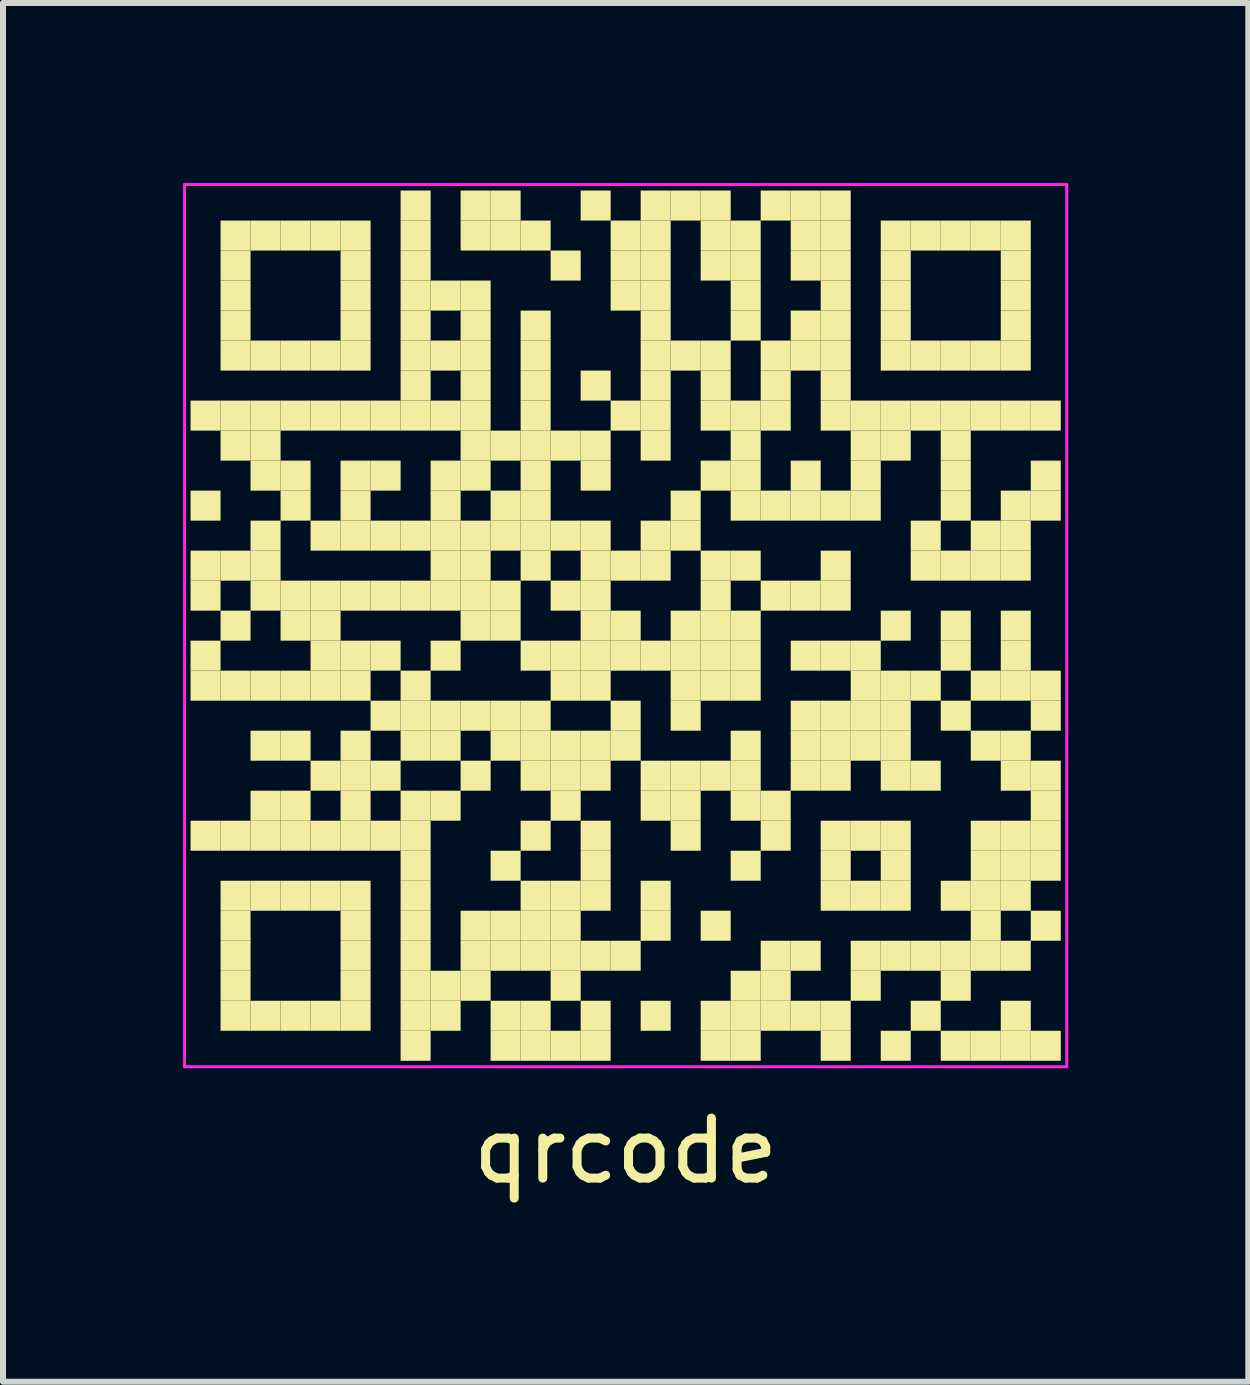
<source format=kicad_pcb>
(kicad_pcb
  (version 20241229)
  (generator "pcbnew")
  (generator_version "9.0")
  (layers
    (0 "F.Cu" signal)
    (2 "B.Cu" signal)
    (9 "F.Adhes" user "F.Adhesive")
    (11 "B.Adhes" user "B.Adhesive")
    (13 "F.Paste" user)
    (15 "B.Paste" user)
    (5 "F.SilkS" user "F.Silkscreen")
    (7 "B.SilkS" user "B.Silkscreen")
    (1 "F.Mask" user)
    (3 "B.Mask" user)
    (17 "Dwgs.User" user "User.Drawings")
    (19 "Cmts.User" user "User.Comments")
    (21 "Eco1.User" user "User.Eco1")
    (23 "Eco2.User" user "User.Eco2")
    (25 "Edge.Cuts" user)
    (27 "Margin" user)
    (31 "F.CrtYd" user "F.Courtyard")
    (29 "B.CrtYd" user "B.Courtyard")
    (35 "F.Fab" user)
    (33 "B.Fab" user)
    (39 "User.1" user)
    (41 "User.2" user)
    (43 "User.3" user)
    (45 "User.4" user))
  (footprint "qrcode"
    (layer "F.Cu")
    (at 7.375 7.375)
    (property "Reference" "qrcode" (at 0 8.75 0) (layer "F.SilkS") (effects (font (size 1 1) (thickness 0.15))))
    (fp_rect (start -7.25 -3.75) (end -6.75 -3.25) (stroke (width 0) (type default)) (fill yes) (layer "F.SilkS"))
    (fp_rect (start -7.25 -2.25) (end -6.75 -1.75) (stroke (width 0) (type default)) (fill yes) (layer "F.SilkS"))
    (fp_rect (start -7.25 -1.25) (end -6.75 -0.75) (stroke (width 0) (type default)) (fill yes) (layer "F.SilkS"))
    (fp_rect (start -7.25 -0.75) (end -6.75 -0.25) (stroke (width 0) (type default)) (fill yes) (layer "F.SilkS"))
    (fp_rect (start -7.25 0.25) (end -6.75 0.75) (stroke (width 0) (type default)) (fill yes) (layer "F.SilkS"))
    (fp_rect (start -7.25 0.75) (end -6.75 1.25) (stroke (width 0) (type default)) (fill yes) (layer "F.SilkS"))
    (fp_rect (start -7.25 3.25) (end -6.75 3.75) (stroke (width 0) (type default)) (fill yes) (layer "F.SilkS"))
    (fp_rect (start -6.75 -6.75) (end -6.25 -6.25) (stroke (width 0) (type default)) (fill yes) (layer "F.SilkS"))
    (fp_rect (start -6.75 -6.25) (end -6.25 -5.75) (stroke (width 0) (type default)) (fill yes) (layer "F.SilkS"))
    (fp_rect (start -6.75 -5.75) (end -6.25 -5.25) (stroke (width 0) (type default)) (fill yes) (layer "F.SilkS"))
    (fp_rect (start -6.75 -5.25) (end -6.25 -4.75) (stroke (width 0) (type default)) (fill yes) (layer "F.SilkS"))
    (fp_rect (start -6.75 -4.75) (end -6.25 -4.25) (stroke (width 0) (type default)) (fill yes) (layer "F.SilkS"))
    (fp_rect (start -6.75 -3.75) (end -6.25 -3.25) (stroke (width 0) (type default)) (fill yes) (layer "F.SilkS"))
    (fp_rect (start -6.75 -3.25) (end -6.25 -2.75) (stroke (width 0) (type default)) (fill yes) (layer "F.SilkS"))
    (fp_rect (start -6.75 -1.25) (end -6.25 -0.75) (stroke (width 0) (type default)) (fill yes) (layer "F.SilkS"))
    (fp_rect (start -6.75 -0.25) (end -6.25 0.25) (stroke (width 0) (type default)) (fill yes) (layer "F.SilkS"))
    (fp_rect (start -6.75 0.75) (end -6.25 1.25) (stroke (width 0) (type default)) (fill yes) (layer "F.SilkS"))
    (fp_rect (start -6.75 3.25) (end -6.25 3.75) (stroke (width 0) (type default)) (fill yes) (layer "F.SilkS"))
    (fp_rect (start -6.75 4.25) (end -6.25 4.75) (stroke (width 0) (type default)) (fill yes) (layer "F.SilkS"))
    (fp_rect (start -6.75 4.75) (end -6.25 5.25) (stroke (width 0) (type default)) (fill yes) (layer "F.SilkS"))
    (fp_rect (start -6.75 5.25) (end -6.25 5.75) (stroke (width 0) (type default)) (fill yes) (layer "F.SilkS"))
    (fp_rect (start -6.75 5.75) (end -6.25 6.25) (stroke (width 0) (type default)) (fill yes) (layer "F.SilkS"))
    (fp_rect (start -6.75 6.25) (end -6.25 6.75) (stroke (width 0) (type default)) (fill yes) (layer "F.SilkS"))
    (fp_rect (start -6.25 -6.75) (end -5.75 -6.25) (stroke (width 0) (type default)) (fill yes) (layer "F.SilkS"))
    (fp_rect (start -6.25 -4.75) (end -5.75 -4.25) (stroke (width 0) (type default)) (fill yes) (layer "F.SilkS"))
    (fp_rect (start -6.25 -3.75) (end -5.75 -3.25) (stroke (width 0) (type default)) (fill yes) (layer "F.SilkS"))
    (fp_rect (start -6.25 -3.25) (end -5.75 -2.75) (stroke (width 0) (type default)) (fill yes) (layer "F.SilkS"))
    (fp_rect (start -6.25 -2.75) (end -5.75 -2.25) (stroke (width 0) (type default)) (fill yes) (layer "F.SilkS"))
    (fp_rect (start -6.25 -1.75) (end -5.75 -1.25) (stroke (width 0) (type default)) (fill yes) (layer "F.SilkS"))
    (fp_rect (start -6.25 -1.25) (end -5.75 -0.75) (stroke (width 0) (type default)) (fill yes) (layer "F.SilkS"))
    (fp_rect (start -6.25 -0.75) (end -5.75 -0.25) (stroke (width 0) (type default)) (fill yes) (layer "F.SilkS"))
    (fp_rect (start -6.25 0.75) (end -5.75 1.25) (stroke (width 0) (type default)) (fill yes) (layer "F.SilkS"))
    (fp_rect (start -6.25 1.75) (end -5.75 2.25) (stroke (width 0) (type default)) (fill yes) (layer "F.SilkS"))
    (fp_rect (start -6.25 2.75) (end -5.75 3.25) (stroke (width 0) (type default)) (fill yes) (layer "F.SilkS"))
    (fp_rect (start -6.25 3.25) (end -5.75 3.75) (stroke (width 0) (type default)) (fill yes) (layer "F.SilkS"))
    (fp_rect (start -6.25 4.25) (end -5.75 4.75) (stroke (width 0) (type default)) (fill yes) (layer "F.SilkS"))
    (fp_rect (start -6.25 6.25) (end -5.75 6.75) (stroke (width 0) (type default)) (fill yes) (layer "F.SilkS"))
    (fp_rect (start -5.75 -6.75) (end -5.25 -6.25) (stroke (width 0) (type default)) (fill yes) (layer "F.SilkS"))
    (fp_rect (start -5.75 -4.75) (end -5.25 -4.25) (stroke (width 0) (type default)) (fill yes) (layer "F.SilkS"))
    (fp_rect (start -5.75 -3.75) (end -5.25 -3.25) (stroke (width 0) (type default)) (fill yes) (layer "F.SilkS"))
    (fp_rect (start -5.75 -2.75) (end -5.25 -2.25) (stroke (width 0) (type default)) (fill yes) (layer "F.SilkS"))
    (fp_rect (start -5.75 -2.25) (end -5.25 -1.75) (stroke (width 0) (type default)) (fill yes) (layer "F.SilkS"))
    (fp_rect (start -5.75 -0.75) (end -5.25 -0.25) (stroke (width 0) (type default)) (fill yes) (layer "F.SilkS"))
    (fp_rect (start -5.75 -0.25) (end -5.25 0.25) (stroke (width 0) (type default)) (fill yes) (layer "F.SilkS"))
    (fp_rect (start -5.75 0.75) (end -5.25 1.25) (stroke (width 0) (type default)) (fill yes) (layer "F.SilkS"))
    (fp_rect (start -5.75 1.75) (end -5.25 2.25) (stroke (width 0) (type default)) (fill yes) (layer "F.SilkS"))
    (fp_rect (start -5.75 2.75) (end -5.25 3.25) (stroke (width 0) (type default)) (fill yes) (layer "F.SilkS"))
    (fp_rect (start -5.75 3.25) (end -5.25 3.75) (stroke (width 0) (type default)) (fill yes) (layer "F.SilkS"))
    (fp_rect (start -5.75 4.25) (end -5.25 4.75) (stroke (width 0) (type default)) (fill yes) (layer "F.SilkS"))
    (fp_rect (start -5.75 6.25) (end -5.25 6.75) (stroke (width 0) (type default)) (fill yes) (layer "F.SilkS"))
    (fp_rect (start -5.25 -6.75) (end -4.75 -6.25) (stroke (width 0) (type default)) (fill yes) (layer "F.SilkS"))
    (fp_rect (start -5.25 -4.75) (end -4.75 -4.25) (stroke (width 0) (type default)) (fill yes) (layer "F.SilkS"))
    (fp_rect (start -5.25 -3.75) (end -4.75 -3.25) (stroke (width 0) (type default)) (fill yes) (layer "F.SilkS"))
    (fp_rect (start -5.25 -1.75) (end -4.75 -1.25) (stroke (width 0) (type default)) (fill yes) (layer "F.SilkS"))
    (fp_rect (start -5.25 -0.75) (end -4.75 -0.25) (stroke (width 0) (type default)) (fill yes) (layer "F.SilkS"))
    (fp_rect (start -5.25 -0.25) (end -4.75 0.25) (stroke (width 0) (type default)) (fill yes) (layer "F.SilkS"))
    (fp_rect (start -5.25 0.25) (end -4.75 0.75) (stroke (width 0) (type default)) (fill yes) (layer "F.SilkS"))
    (fp_rect (start -5.25 0.75) (end -4.75 1.25) (stroke (width 0) (type default)) (fill yes) (layer "F.SilkS"))
    (fp_rect (start -5.25 2.25) (end -4.75 2.75) (stroke (width 0) (type default)) (fill yes) (layer "F.SilkS"))
    (fp_rect (start -5.25 3.25) (end -4.75 3.75) (stroke (width 0) (type default)) (fill yes) (layer "F.SilkS"))
    (fp_rect (start -5.25 4.25) (end -4.75 4.75) (stroke (width 0) (type default)) (fill yes) (layer "F.SilkS"))
    (fp_rect (start -5.25 6.25) (end -4.75 6.75) (stroke (width 0) (type default)) (fill yes) (layer "F.SilkS"))
    (fp_rect (start -4.75 -6.75) (end -4.25 -6.25) (stroke (width 0) (type default)) (fill yes) (layer "F.SilkS"))
    (fp_rect (start -4.75 -6.25) (end -4.25 -5.75) (stroke (width 0) (type default)) (fill yes) (layer "F.SilkS"))
    (fp_rect (start -4.75 -5.75) (end -4.25 -5.25) (stroke (width 0) (type default)) (fill yes) (layer "F.SilkS"))
    (fp_rect (start -4.75 -5.25) (end -4.25 -4.75) (stroke (width 0) (type default)) (fill yes) (layer "F.SilkS"))
    (fp_rect (start -4.75 -4.75) (end -4.25 -4.25) (stroke (width 0) (type default)) (fill yes) (layer "F.SilkS"))
    (fp_rect (start -4.75 -3.75) (end -4.25 -3.25) (stroke (width 0) (type default)) (fill yes) (layer "F.SilkS"))
    (fp_rect (start -4.75 -2.75) (end -4.25 -2.25) (stroke (width 0) (type default)) (fill yes) (layer "F.SilkS"))
    (fp_rect (start -4.75 -2.25) (end -4.25 -1.75) (stroke (width 0) (type default)) (fill yes) (layer "F.SilkS"))
    (fp_rect (start -4.75 -1.75) (end -4.25 -1.25) (stroke (width 0) (type default)) (fill yes) (layer "F.SilkS"))
    (fp_rect (start -4.75 -0.75) (end -4.25 -0.25) (stroke (width 0) (type default)) (fill yes) (layer "F.SilkS"))
    (fp_rect (start -4.75 0.25) (end -4.25 0.75) (stroke (width 0) (type default)) (fill yes) (layer "F.SilkS"))
    (fp_rect (start -4.75 0.75) (end -4.25 1.25) (stroke (width 0) (type default)) (fill yes) (layer "F.SilkS"))
    (fp_rect (start -4.75 1.75) (end -4.25 2.25) (stroke (width 0) (type default)) (fill yes) (layer "F.SilkS"))
    (fp_rect (start -4.75 2.25) (end -4.25 2.75) (stroke (width 0) (type default)) (fill yes) (layer "F.SilkS"))
    (fp_rect (start -4.75 2.75) (end -4.25 3.25) (stroke (width 0) (type default)) (fill yes) (layer "F.SilkS"))
    (fp_rect (start -4.75 3.25) (end -4.25 3.75) (stroke (width 0) (type default)) (fill yes) (layer "F.SilkS"))
    (fp_rect (start -4.75 4.25) (end -4.25 4.75) (stroke (width 0) (type default)) (fill yes) (layer "F.SilkS"))
    (fp_rect (start -4.75 4.75) (end -4.25 5.25) (stroke (width 0) (type default)) (fill yes) (layer "F.SilkS"))
    (fp_rect (start -4.75 5.25) (end -4.25 5.75) (stroke (width 0) (type default)) (fill yes) (layer "F.SilkS"))
    (fp_rect (start -4.75 5.75) (end -4.25 6.25) (stroke (width 0) (type default)) (fill yes) (layer "F.SilkS"))
    (fp_rect (start -4.75 6.25) (end -4.25 6.75) (stroke (width 0) (type default)) (fill yes) (layer "F.SilkS"))
    (fp_rect (start -4.25 -3.75) (end -3.75 -3.25) (stroke (width 0) (type default)) (fill yes) (layer "F.SilkS"))
    (fp_rect (start -4.25 -2.75) (end -3.75 -2.25) (stroke (width 0) (type default)) (fill yes) (layer "F.SilkS"))
    (fp_rect (start -4.25 -1.75) (end -3.75 -1.25) (stroke (width 0) (type default)) (fill yes) (layer "F.SilkS"))
    (fp_rect (start -4.25 -0.75) (end -3.75 -0.25) (stroke (width 0) (type default)) (fill yes) (layer "F.SilkS"))
    (fp_rect (start -4.25 0.25) (end -3.75 0.75) (stroke (width 0) (type default)) (fill yes) (layer "F.SilkS"))
    (fp_rect (start -4.25 1.25) (end -3.75 1.75) (stroke (width 0) (type default)) (fill yes) (layer "F.SilkS"))
    (fp_rect (start -4.25 2.25) (end -3.75 2.75) (stroke (width 0) (type default)) (fill yes) (layer "F.SilkS"))
    (fp_rect (start -4.25 3.25) (end -3.75 3.75) (stroke (width 0) (type default)) (fill yes) (layer "F.SilkS"))
    (fp_rect (start -3.75 -7.25) (end -3.25 -6.75) (stroke (width 0) (type default)) (fill yes) (layer "F.SilkS"))
    (fp_rect (start -3.75 -6.75) (end -3.25 -6.25) (stroke (width 0) (type default)) (fill yes) (layer "F.SilkS"))
    (fp_rect (start -3.75 -6.25) (end -3.25 -5.75) (stroke (width 0) (type default)) (fill yes) (layer "F.SilkS"))
    (fp_rect (start -3.75 -5.75) (end -3.25 -5.25) (stroke (width 0) (type default)) (fill yes) (layer "F.SilkS"))
    (fp_rect (start -3.75 -5.25) (end -3.25 -4.75) (stroke (width 0) (type default)) (fill yes) (layer "F.SilkS"))
    (fp_rect (start -3.75 -4.75) (end -3.25 -4.25) (stroke (width 0) (type default)) (fill yes) (layer "F.SilkS"))
    (fp_rect (start -3.75 -4.25) (end -3.25 -3.75) (stroke (width 0) (type default)) (fill yes) (layer "F.SilkS"))
    (fp_rect (start -3.75 -3.75) (end -3.25 -3.25) (stroke (width 0) (type default)) (fill yes) (layer "F.SilkS"))
    (fp_rect (start -3.75 -1.75) (end -3.25 -1.25) (stroke (width 0) (type default)) (fill yes) (layer "F.SilkS"))
    (fp_rect (start -3.75 -0.75) (end -3.25 -0.25) (stroke (width 0) (type default)) (fill yes) (layer "F.SilkS"))
    (fp_rect (start -3.75 0.75) (end -3.25 1.25) (stroke (width 0) (type default)) (fill yes) (layer "F.SilkS"))
    (fp_rect (start -3.75 1.25) (end -3.25 1.75) (stroke (width 0) (type default)) (fill yes) (layer "F.SilkS"))
    (fp_rect (start -3.75 1.75) (end -3.25 2.25) (stroke (width 0) (type default)) (fill yes) (layer "F.SilkS"))
    (fp_rect (start -3.75 2.75) (end -3.25 3.25) (stroke (width 0) (type default)) (fill yes) (layer "F.SilkS"))
    (fp_rect (start -3.75 3.25) (end -3.25 3.75) (stroke (width 0) (type default)) (fill yes) (layer "F.SilkS"))
    (fp_rect (start -3.75 3.75) (end -3.25 4.25) (stroke (width 0) (type default)) (fill yes) (layer "F.SilkS"))
    (fp_rect (start -3.75 4.25) (end -3.25 4.75) (stroke (width 0) (type default)) (fill yes) (layer "F.SilkS"))
    (fp_rect (start -3.75 4.75) (end -3.25 5.25) (stroke (width 0) (type default)) (fill yes) (layer "F.SilkS"))
    (fp_rect (start -3.75 5.25) (end -3.25 5.75) (stroke (width 0) (type default)) (fill yes) (layer "F.SilkS"))
    (fp_rect (start -3.75 5.75) (end -3.25 6.25) (stroke (width 0) (type default)) (fill yes) (layer "F.SilkS"))
    (fp_rect (start -3.75 6.25) (end -3.25 6.75) (stroke (width 0) (type default)) (fill yes) (layer "F.SilkS"))
    (fp_rect (start -3.75 6.75) (end -3.25 7.25) (stroke (width 0) (type default)) (fill yes) (layer "F.SilkS"))
    (fp_rect (start -3.25 -5.75) (end -2.75 -5.25) (stroke (width 0) (type default)) (fill yes) (layer "F.SilkS"))
    (fp_rect (start -3.25 -4.75) (end -2.75 -4.25) (stroke (width 0) (type default)) (fill yes) (layer "F.SilkS"))
    (fp_rect (start -3.25 -3.75) (end -2.75 -3.25) (stroke (width 0) (type default)) (fill yes) (layer "F.SilkS"))
    (fp_rect (start -3.25 -2.75) (end -2.75 -2.25) (stroke (width 0) (type default)) (fill yes) (layer "F.SilkS"))
    (fp_rect (start -3.25 -2.25) (end -2.75 -1.75) (stroke (width 0) (type default)) (fill yes) (layer "F.SilkS"))
    (fp_rect (start -3.25 -1.75) (end -2.75 -1.25) (stroke (width 0) (type default)) (fill yes) (layer "F.SilkS"))
    (fp_rect (start -3.25 -1.25) (end -2.75 -0.75) (stroke (width 0) (type default)) (fill yes) (layer "F.SilkS"))
    (fp_rect (start -3.25 -0.75) (end -2.75 -0.25) (stroke (width 0) (type default)) (fill yes) (layer "F.SilkS"))
    (fp_rect (start -3.25 0.25) (end -2.75 0.75) (stroke (width 0) (type default)) (fill yes) (layer "F.SilkS"))
    (fp_rect (start -3.25 1.25) (end -2.75 1.75) (stroke (width 0) (type default)) (fill yes) (layer "F.SilkS"))
    (fp_rect (start -3.25 1.75) (end -2.75 2.25) (stroke (width 0) (type default)) (fill yes) (layer "F.SilkS"))
    (fp_rect (start -3.25 2.75) (end -2.75 3.25) (stroke (width 0) (type default)) (fill yes) (layer "F.SilkS"))
    (fp_rect (start -3.25 5.75) (end -2.75 6.25) (stroke (width 0) (type default)) (fill yes) (layer "F.SilkS"))
    (fp_rect (start -3.25 6.25) (end -2.75 6.75) (stroke (width 0) (type default)) (fill yes) (layer "F.SilkS"))
    (fp_rect (start -2.75 -7.25) (end -2.25 -6.75) (stroke (width 0) (type default)) (fill yes) (layer "F.SilkS"))
    (fp_rect (start -2.75 -6.75) (end -2.25 -6.25) (stroke (width 0) (type default)) (fill yes) (layer "F.SilkS"))
    (fp_rect (start -2.75 -5.75) (end -2.25 -5.25) (stroke (width 0) (type default)) (fill yes) (layer "F.SilkS"))
    (fp_rect (start -2.75 -5.25) (end -2.25 -4.75) (stroke (width 0) (type default)) (fill yes) (layer "F.SilkS"))
    (fp_rect (start -2.75 -4.75) (end -2.25 -4.25) (stroke (width 0) (type default)) (fill yes) (layer "F.SilkS"))
    (fp_rect (start -2.75 -4.25) (end -2.25 -3.75) (stroke (width 0) (type default)) (fill yes) (layer "F.SilkS"))
    (fp_rect (start -2.75 -3.75) (end -2.25 -3.25) (stroke (width 0) (type default)) (fill yes) (layer "F.SilkS"))
    (fp_rect (start -2.75 -3.25) (end -2.25 -2.75) (stroke (width 0) (type default)) (fill yes) (layer "F.SilkS"))
    (fp_rect (start -2.75 -2.75) (end -2.25 -2.25) (stroke (width 0) (type default)) (fill yes) (layer "F.SilkS"))
    (fp_rect (start -2.75 -1.75) (end -2.25 -1.25) (stroke (width 0) (type default)) (fill yes) (layer "F.SilkS"))
    (fp_rect (start -2.75 -1.25) (end -2.25 -0.75) (stroke (width 0) (type default)) (fill yes) (layer "F.SilkS"))
    (fp_rect (start -2.75 -0.75) (end -2.25 -0.25) (stroke (width 0) (type default)) (fill yes) (layer "F.SilkS"))
    (fp_rect (start -2.75 -0.25) (end -2.25 0.25) (stroke (width 0) (type default)) (fill yes) (layer "F.SilkS"))
    (fp_rect (start -2.75 1.25) (end -2.25 1.75) (stroke (width 0) (type default)) (fill yes) (layer "F.SilkS"))
    (fp_rect (start -2.75 2.25) (end -2.25 2.75) (stroke (width 0) (type default)) (fill yes) (layer "F.SilkS"))
    (fp_rect (start -2.75 4.75) (end -2.25 5.25) (stroke (width 0) (type default)) (fill yes) (layer "F.SilkS"))
    (fp_rect (start -2.75 5.25) (end -2.25 5.75) (stroke (width 0) (type default)) (fill yes) (layer "F.SilkS"))
    (fp_rect (start -2.75 5.75) (end -2.25 6.25) (stroke (width 0) (type default)) (fill yes) (layer "F.SilkS"))
    (fp_rect (start -2.25 -7.25) (end -1.75 -6.75) (stroke (width 0) (type default)) (fill yes) (layer "F.SilkS"))
    (fp_rect (start -2.25 -6.75) (end -1.75 -6.25) (stroke (width 0) (type default)) (fill yes) (layer "F.SilkS"))
    (fp_rect (start -2.25 -3.25) (end -1.75 -2.75) (stroke (width 0) (type default)) (fill yes) (layer "F.SilkS"))
    (fp_rect (start -2.25 -2.25) (end -1.75 -1.75) (stroke (width 0) (type default)) (fill yes) (layer "F.SilkS"))
    (fp_rect (start -2.25 -1.75) (end -1.75 -1.25) (stroke (width 0) (type default)) (fill yes) (layer "F.SilkS"))
    (fp_rect (start -2.25 -0.75) (end -1.75 -0.25) (stroke (width 0) (type default)) (fill yes) (layer "F.SilkS"))
    (fp_rect (start -2.25 -0.25) (end -1.75 0.25) (stroke (width 0) (type default)) (fill yes) (layer "F.SilkS"))
    (fp_rect (start -2.25 1.25) (end -1.75 1.75) (stroke (width 0) (type default)) (fill yes) (layer "F.SilkS"))
    (fp_rect (start -2.25 1.75) (end -1.75 2.25) (stroke (width 0) (type default)) (fill yes) (layer "F.SilkS"))
    (fp_rect (start -2.25 3.75) (end -1.75 4.25) (stroke (width 0) (type default)) (fill yes) (layer "F.SilkS"))
    (fp_rect (start -2.25 4.75) (end -1.75 5.25) (stroke (width 0) (type default)) (fill yes) (layer "F.SilkS"))
    (fp_rect (start -2.25 5.25) (end -1.75 5.75) (stroke (width 0) (type default)) (fill yes) (layer "F.SilkS"))
    (fp_rect (start -2.25 6.25) (end -1.75 6.75) (stroke (width 0) (type default)) (fill yes) (layer "F.SilkS"))
    (fp_rect (start -2.25 6.75) (end -1.75 7.25) (stroke (width 0) (type default)) (fill yes) (layer "F.SilkS"))
    (fp_rect (start -1.75 -6.75) (end -1.25 -6.25) (stroke (width 0) (type default)) (fill yes) (layer "F.SilkS"))
    (fp_rect (start -1.75 -5.25) (end -1.25 -4.75) (stroke (width 0) (type default)) (fill yes) (layer "F.SilkS"))
    (fp_rect (start -1.75 -4.75) (end -1.25 -4.25) (stroke (width 0) (type default)) (fill yes) (layer "F.SilkS"))
    (fp_rect (start -1.75 -4.25) (end -1.25 -3.75) (stroke (width 0) (type default)) (fill yes) (layer "F.SilkS"))
    (fp_rect (start -1.75 -3.75) (end -1.25 -3.25) (stroke (width 0) (type default)) (fill yes) (layer "F.SilkS"))
    (fp_rect (start -1.75 -3.25) (end -1.25 -2.75) (stroke (width 0) (type default)) (fill yes) (layer "F.SilkS"))
    (fp_rect (start -1.75 -2.75) (end -1.25 -2.25) (stroke (width 0) (type default)) (fill yes) (layer "F.SilkS"))
    (fp_rect (start -1.75 -2.25) (end -1.25 -1.75) (stroke (width 0) (type default)) (fill yes) (layer "F.SilkS"))
    (fp_rect (start -1.75 -1.75) (end -1.25 -1.25) (stroke (width 0) (type default)) (fill yes) (layer "F.SilkS"))
    (fp_rect (start -1.75 -1.25) (end -1.25 -0.75) (stroke (width 0) (type default)) (fill yes) (layer "F.SilkS"))
    (fp_rect (start -1.75 0.25) (end -1.25 0.75) (stroke (width 0) (type default)) (fill yes) (layer "F.SilkS"))
    (fp_rect (start -1.75 1.25) (end -1.25 1.75) (stroke (width 0) (type default)) (fill yes) (layer "F.SilkS"))
    (fp_rect (start -1.75 1.75) (end -1.25 2.25) (stroke (width 0) (type default)) (fill yes) (layer "F.SilkS"))
    (fp_rect (start -1.75 2.25) (end -1.25 2.75) (stroke (width 0) (type default)) (fill yes) (layer "F.SilkS"))
    (fp_rect (start -1.75 3.25) (end -1.25 3.75) (stroke (width 0) (type default)) (fill yes) (layer "F.SilkS"))
    (fp_rect (start -1.75 4.25) (end -1.25 4.75) (stroke (width 0) (type default)) (fill yes) (layer "F.SilkS"))
    (fp_rect (start -1.75 4.75) (end -1.25 5.25) (stroke (width 0) (type default)) (fill yes) (layer "F.SilkS"))
    (fp_rect (start -1.75 5.25) (end -1.25 5.75) (stroke (width 0) (type default)) (fill yes) (layer "F.SilkS"))
    (fp_rect (start -1.75 6.25) (end -1.25 6.75) (stroke (width 0) (type default)) (fill yes) (layer "F.SilkS"))
    (fp_rect (start -1.75 6.75) (end -1.25 7.25) (stroke (width 0) (type default)) (fill yes) (layer "F.SilkS"))
    (fp_rect (start -1.25 -6.25) (end -0.75 -5.75) (stroke (width 0) (type default)) (fill yes) (layer "F.SilkS"))
    (fp_rect (start -1.25 -3.25) (end -0.75 -2.75) (stroke (width 0) (type default)) (fill yes) (layer "F.SilkS"))
    (fp_rect (start -1.25 -1.75) (end -0.75 -1.25) (stroke (width 0) (type default)) (fill yes) (layer "F.SilkS"))
    (fp_rect (start -1.25 -0.75) (end -0.75 -0.25) (stroke (width 0) (type default)) (fill yes) (layer "F.SilkS"))
    (fp_rect (start -1.25 0.25) (end -0.75 0.75) (stroke (width 0) (type default)) (fill yes) (layer "F.SilkS"))
    (fp_rect (start -1.25 0.75) (end -0.75 1.25) (stroke (width 0) (type default)) (fill yes) (layer "F.SilkS"))
    (fp_rect (start -1.25 1.75) (end -0.75 2.25) (stroke (width 0) (type default)) (fill yes) (layer "F.SilkS"))
    (fp_rect (start -1.25 2.25) (end -0.75 2.75) (stroke (width 0) (type default)) (fill yes) (layer "F.SilkS"))
    (fp_rect (start -1.25 2.75) (end -0.75 3.25) (stroke (width 0) (type default)) (fill yes) (layer "F.SilkS"))
    (fp_rect (start -1.25 4.25) (end -0.75 4.75) (stroke (width 0) (type default)) (fill yes) (layer "F.SilkS"))
    (fp_rect (start -1.25 4.75) (end -0.75 5.25) (stroke (width 0) (type default)) (fill yes) (layer "F.SilkS"))
    (fp_rect (start -1.25 5.25) (end -0.75 5.75) (stroke (width 0) (type default)) (fill yes) (layer "F.SilkS"))
    (fp_rect (start -1.25 5.75) (end -0.75 6.25) (stroke (width 0) (type default)) (fill yes) (layer "F.SilkS"))
    (fp_rect (start -1.25 6.75) (end -0.75 7.25) (stroke (width 0) (type default)) (fill yes) (layer "F.SilkS"))
    (fp_rect (start -0.75 -7.25) (end -0.25 -6.75) (stroke (width 0) (type default)) (fill yes) (layer "F.SilkS"))
    (fp_rect (start -0.75 -4.25) (end -0.25 -3.75) (stroke (width 0) (type default)) (fill yes) (layer "F.SilkS"))
    (fp_rect (start -0.75 -3.25) (end -0.25 -2.75) (stroke (width 0) (type default)) (fill yes) (layer "F.SilkS"))
    (fp_rect (start -0.75 -2.75) (end -0.25 -2.25) (stroke (width 0) (type default)) (fill yes) (layer "F.SilkS"))
    (fp_rect (start -0.75 -1.75) (end -0.25 -1.25) (stroke (width 0) (type default)) (fill yes) (layer "F.SilkS"))
    (fp_rect (start -0.75 -1.25) (end -0.25 -0.75) (stroke (width 0) (type default)) (fill yes) (layer "F.SilkS"))
    (fp_rect (start -0.75 -0.75) (end -0.25 -0.25) (stroke (width 0) (type default)) (fill yes) (layer "F.SilkS"))
    (fp_rect (start -0.75 -0.25) (end -0.25 0.25) (stroke (width 0) (type default)) (fill yes) (layer "F.SilkS"))
    (fp_rect (start -0.75 0.25) (end -0.25 0.75) (stroke (width 0) (type default)) (fill yes) (layer "F.SilkS"))
    (fp_rect (start -0.75 0.75) (end -0.25 1.25) (stroke (width 0) (type default)) (fill yes) (layer "F.SilkS"))
    (fp_rect (start -0.75 1.75) (end -0.25 2.25) (stroke (width 0) (type default)) (fill yes) (layer "F.SilkS"))
    (fp_rect (start -0.75 2.25) (end -0.25 2.75) (stroke (width 0) (type default)) (fill yes) (layer "F.SilkS"))
    (fp_rect (start -0.75 3.25) (end -0.25 3.75) (stroke (width 0) (type default)) (fill yes) (layer "F.SilkS"))
    (fp_rect (start -0.75 3.75) (end -0.25 4.25) (stroke (width 0) (type default)) (fill yes) (layer "F.SilkS"))
    (fp_rect (start -0.75 4.25) (end -0.25 4.75) (stroke (width 0) (type default)) (fill yes) (layer "F.SilkS"))
    (fp_rect (start -0.75 5.25) (end -0.25 5.75) (stroke (width 0) (type default)) (fill yes) (layer "F.SilkS"))
    (fp_rect (start -0.75 6.25) (end -0.25 6.75) (stroke (width 0) (type default)) (fill yes) (layer "F.SilkS"))
    (fp_rect (start -0.75 6.75) (end -0.25 7.25) (stroke (width 0) (type default)) (fill yes) (layer "F.SilkS"))
    (fp_rect (start -0.25 -6.75) (end 0.25 -6.25) (stroke (width 0) (type default)) (fill yes) (layer "F.SilkS"))
    (fp_rect (start -0.25 -6.25) (end 0.25 -5.75) (stroke (width 0) (type default)) (fill yes) (layer "F.SilkS"))
    (fp_rect (start -0.25 -5.75) (end 0.25 -5.25) (stroke (width 0) (type default)) (fill yes) (layer "F.SilkS"))
    (fp_rect (start -0.25 -3.75) (end 0.25 -3.25) (stroke (width 0) (type default)) (fill yes) (layer "F.SilkS"))
    (fp_rect (start -0.25 -1.25) (end 0.25 -0.75) (stroke (width 0) (type default)) (fill yes) (layer "F.SilkS"))
    (fp_rect (start -0.25 -0.25) (end 0.25 0.25) (stroke (width 0) (type default)) (fill yes) (layer "F.SilkS"))
    (fp_rect (start -0.25 0.25) (end 0.25 0.75) (stroke (width 0) (type default)) (fill yes) (layer "F.SilkS"))
    (fp_rect (start -0.25 1.25) (end 0.25 1.75) (stroke (width 0) (type default)) (fill yes) (layer "F.SilkS"))
    (fp_rect (start -0.25 1.75) (end 0.25 2.25) (stroke (width 0) (type default)) (fill yes) (layer "F.SilkS"))
    (fp_rect (start -0.25 5.25) (end 0.25 5.75) (stroke (width 0) (type default)) (fill yes) (layer "F.SilkS"))
    (fp_rect (start 0.25 -7.25) (end 0.75 -6.75) (stroke (width 0) (type default)) (fill yes) (layer "F.SilkS"))
    (fp_rect (start 0.25 -6.75) (end 0.75 -6.25) (stroke (width 0) (type default)) (fill yes) (layer "F.SilkS"))
    (fp_rect (start 0.25 -6.25) (end 0.75 -5.75) (stroke (width 0) (type default)) (fill yes) (layer "F.SilkS"))
    (fp_rect (start 0.25 -5.75) (end 0.75 -5.25) (stroke (width 0) (type default)) (fill yes) (layer "F.SilkS"))
    (fp_rect (start 0.25 -5.25) (end 0.75 -4.75) (stroke (width 0) (type default)) (fill yes) (layer "F.SilkS"))
    (fp_rect (start 0.25 -4.75) (end 0.75 -4.25) (stroke (width 0) (type default)) (fill yes) (layer "F.SilkS"))
    (fp_rect (start 0.25 -4.25) (end 0.75 -3.75) (stroke (width 0) (type default)) (fill yes) (layer "F.SilkS"))
    (fp_rect (start 0.25 -3.75) (end 0.75 -3.25) (stroke (width 0) (type default)) (fill yes) (layer "F.SilkS"))
    (fp_rect (start 0.25 -3.25) (end 0.75 -2.75) (stroke (width 0) (type default)) (fill yes) (layer "F.SilkS"))
    (fp_rect (start 0.25 -1.75) (end 0.75 -1.25) (stroke (width 0) (type default)) (fill yes) (layer "F.SilkS"))
    (fp_rect (start 0.25 -1.25) (end 0.75 -0.75) (stroke (width 0) (type default)) (fill yes) (layer "F.SilkS"))
    (fp_rect (start 0.25 0.25) (end 0.75 0.75) (stroke (width 0) (type default)) (fill yes) (layer "F.SilkS"))
    (fp_rect (start 0.25 2.25) (end 0.75 2.75) (stroke (width 0) (type default)) (fill yes) (layer "F.SilkS"))
    (fp_rect (start 0.25 2.75) (end 0.75 3.25) (stroke (width 0) (type default)) (fill yes) (layer "F.SilkS"))
    (fp_rect (start 0.25 4.25) (end 0.75 4.75) (stroke (width 0) (type default)) (fill yes) (layer "F.SilkS"))
    (fp_rect (start 0.25 4.75) (end 0.75 5.25) (stroke (width 0) (type default)) (fill yes) (layer "F.SilkS"))
    (fp_rect (start 0.25 6.25) (end 0.75 6.75) (stroke (width 0) (type default)) (fill yes) (layer "F.SilkS"))
    (fp_rect (start 0.75 -7.25) (end 1.25 -6.75) (stroke (width 0) (type default)) (fill yes) (layer "F.SilkS"))
    (fp_rect (start 0.75 -4.75) (end 1.25 -4.25) (stroke (width 0) (type default)) (fill yes) (layer "F.SilkS"))
    (fp_rect (start 0.75 -2.25) (end 1.25 -1.75) (stroke (width 0) (type default)) (fill yes) (layer "F.SilkS"))
    (fp_rect (start 0.75 -1.75) (end 1.25 -1.25) (stroke (width 0) (type default)) (fill yes) (layer "F.SilkS"))
    (fp_rect (start 0.75 -0.25) (end 1.25 0.25) (stroke (width 0) (type default)) (fill yes) (layer "F.SilkS"))
    (fp_rect (start 0.75 0.25) (end 1.25 0.75) (stroke (width 0) (type default)) (fill yes) (layer "F.SilkS"))
    (fp_rect (start 0.75 0.75) (end 1.25 1.25) (stroke (width 0) (type default)) (fill yes) (layer "F.SilkS"))
    (fp_rect (start 0.75 1.25) (end 1.25 1.75) (stroke (width 0) (type default)) (fill yes) (layer "F.SilkS"))
    (fp_rect (start 0.75 2.25) (end 1.25 2.75) (stroke (width 0) (type default)) (fill yes) (layer "F.SilkS"))
    (fp_rect (start 0.75 2.75) (end 1.25 3.25) (stroke (width 0) (type default)) (fill yes) (layer "F.SilkS"))
    (fp_rect (start 0.75 3.25) (end 1.25 3.75) (stroke (width 0) (type default)) (fill yes) (layer "F.SilkS"))
    (fp_rect (start 1.25 -7.25) (end 1.75 -6.75) (stroke (width 0) (type default)) (fill yes) (layer "F.SilkS"))
    (fp_rect (start 1.25 -6.75) (end 1.75 -6.25) (stroke (width 0) (type default)) (fill yes) (layer "F.SilkS"))
    (fp_rect (start 1.25 -6.25) (end 1.75 -5.75) (stroke (width 0) (type default)) (fill yes) (layer "F.SilkS"))
    (fp_rect (start 1.25 -4.75) (end 1.75 -4.25) (stroke (width 0) (type default)) (fill yes) (layer "F.SilkS"))
    (fp_rect (start 1.25 -4.25) (end 1.75 -3.75) (stroke (width 0) (type default)) (fill yes) (layer "F.SilkS"))
    (fp_rect (start 1.25 -3.75) (end 1.75 -3.25) (stroke (width 0) (type default)) (fill yes) (layer "F.SilkS"))
    (fp_rect (start 1.25 -2.75) (end 1.75 -2.25) (stroke (width 0) (type default)) (fill yes) (layer "F.SilkS"))
    (fp_rect (start 1.25 -1.25) (end 1.75 -0.75) (stroke (width 0) (type default)) (fill yes) (layer "F.SilkS"))
    (fp_rect (start 1.25 -0.75) (end 1.75 -0.25) (stroke (width 0) (type default)) (fill yes) (layer "F.SilkS"))
    (fp_rect (start 1.25 -0.25) (end 1.75 0.25) (stroke (width 0) (type default)) (fill yes) (layer "F.SilkS"))
    (fp_rect (start 1.25 0.25) (end 1.75 0.75) (stroke (width 0) (type default)) (fill yes) (layer "F.SilkS"))
    (fp_rect (start 1.25 0.75) (end 1.75 1.25) (stroke (width 0) (type default)) (fill yes) (layer "F.SilkS"))
    (fp_rect (start 1.25 2.25) (end 1.75 2.75) (stroke (width 0) (type default)) (fill yes) (layer "F.SilkS"))
    (fp_rect (start 1.25 4.75) (end 1.75 5.25) (stroke (width 0) (type default)) (fill yes) (layer "F.SilkS"))
    (fp_rect (start 1.25 6.25) (end 1.75 6.75) (stroke (width 0) (type default)) (fill yes) (layer "F.SilkS"))
    (fp_rect (start 1.25 6.75) (end 1.75 7.25) (stroke (width 0) (type default)) (fill yes) (layer "F.SilkS"))
    (fp_rect (start 1.75 -6.75) (end 2.25 -6.25) (stroke (width 0) (type default)) (fill yes) (layer "F.SilkS"))
    (fp_rect (start 1.75 -6.25) (end 2.25 -5.75) (stroke (width 0) (type default)) (fill yes) (layer "F.SilkS"))
    (fp_rect (start 1.75 -5.75) (end 2.25 -5.25) (stroke (width 0) (type default)) (fill yes) (layer "F.SilkS"))
    (fp_rect (start 1.75 -5.25) (end 2.25 -4.75) (stroke (width 0) (type default)) (fill yes) (layer "F.SilkS"))
    (fp_rect (start 1.75 -3.75) (end 2.25 -3.25) (stroke (width 0) (type default)) (fill yes) (layer "F.SilkS"))
    (fp_rect (start 1.75 -3.25) (end 2.25 -2.75) (stroke (width 0) (type default)) (fill yes) (layer "F.SilkS"))
    (fp_rect (start 1.75 -2.75) (end 2.25 -2.25) (stroke (width 0) (type default)) (fill yes) (layer "F.SilkS"))
    (fp_rect (start 1.75 -2.25) (end 2.25 -1.75) (stroke (width 0) (type default)) (fill yes) (layer "F.SilkS"))
    (fp_rect (start 1.75 -1.25) (end 2.25 -0.75) (stroke (width 0) (type default)) (fill yes) (layer "F.SilkS"))
    (fp_rect (start 1.75 -0.25) (end 2.25 0.25) (stroke (width 0) (type default)) (fill yes) (layer "F.SilkS"))
    (fp_rect (start 1.75 0.25) (end 2.25 0.75) (stroke (width 0) (type default)) (fill yes) (layer "F.SilkS"))
    (fp_rect (start 1.75 0.75) (end 2.25 1.25) (stroke (width 0) (type default)) (fill yes) (layer "F.SilkS"))
    (fp_rect (start 1.75 1.75) (end 2.25 2.25) (stroke (width 0) (type default)) (fill yes) (layer "F.SilkS"))
    (fp_rect (start 1.75 2.25) (end 2.25 2.75) (stroke (width 0) (type default)) (fill yes) (layer "F.SilkS"))
    (fp_rect (start 1.75 2.75) (end 2.25 3.25) (stroke (width 0) (type default)) (fill yes) (layer "F.SilkS"))
    (fp_rect (start 1.75 3.75) (end 2.25 4.25) (stroke (width 0) (type default)) (fill yes) (layer "F.SilkS"))
    (fp_rect (start 1.75 5.75) (end 2.25 6.25) (stroke (width 0) (type default)) (fill yes) (layer "F.SilkS"))
    (fp_rect (start 1.75 6.25) (end 2.25 6.75) (stroke (width 0) (type default)) (fill yes) (layer "F.SilkS"))
    (fp_rect (start 1.75 6.75) (end 2.25 7.25) (stroke (width 0) (type default)) (fill yes) (layer "F.SilkS"))
    (fp_rect (start 2.25 -7.25) (end 2.75 -6.75) (stroke (width 0) (type default)) (fill yes) (layer "F.SilkS"))
    (fp_rect (start 2.25 -4.75) (end 2.75 -4.25) (stroke (width 0) (type default)) (fill yes) (layer "F.SilkS"))
    (fp_rect (start 2.25 -4.25) (end 2.75 -3.75) (stroke (width 0) (type default)) (fill yes) (layer "F.SilkS"))
    (fp_rect (start 2.25 -3.75) (end 2.75 -3.25) (stroke (width 0) (type default)) (fill yes) (layer "F.SilkS"))
    (fp_rect (start 2.25 -2.25) (end 2.75 -1.75) (stroke (width 0) (type default)) (fill yes) (layer "F.SilkS"))
    (fp_rect (start 2.25 -0.75) (end 2.75 -0.25) (stroke (width 0) (type default)) (fill yes) (layer "F.SilkS"))
    (fp_rect (start 2.25 2.75) (end 2.75 3.25) (stroke (width 0) (type default)) (fill yes) (layer "F.SilkS"))
    (fp_rect (start 2.25 3.25) (end 2.75 3.75) (stroke (width 0) (type default)) (fill yes) (layer "F.SilkS"))
    (fp_rect (start 2.25 5.25) (end 2.75 5.75) (stroke (width 0) (type default)) (fill yes) (layer "F.SilkS"))
    (fp_rect (start 2.25 5.75) (end 2.75 6.25) (stroke (width 0) (type default)) (fill yes) (layer "F.SilkS"))
    (fp_rect (start 2.25 6.25) (end 2.75 6.75) (stroke (width 0) (type default)) (fill yes) (layer "F.SilkS"))
    (fp_rect (start 2.75 -7.25) (end 3.25 -6.75) (stroke (width 0) (type default)) (fill yes) (layer "F.SilkS"))
    (fp_rect (start 2.75 -6.75) (end 3.25 -6.25) (stroke (width 0) (type default)) (fill yes) (layer "F.SilkS"))
    (fp_rect (start 2.75 -6.25) (end 3.25 -5.75) (stroke (width 0) (type default)) (fill yes) (layer "F.SilkS"))
    (fp_rect (start 2.75 -5.25) (end 3.25 -4.75) (stroke (width 0) (type default)) (fill yes) (layer "F.SilkS"))
    (fp_rect (start 2.75 -4.75) (end 3.25 -4.25) (stroke (width 0) (type default)) (fill yes) (layer "F.SilkS"))
    (fp_rect (start 2.75 -2.75) (end 3.25 -2.25) (stroke (width 0) (type default)) (fill yes) (layer "F.SilkS"))
    (fp_rect (start 2.75 -2.25) (end 3.25 -1.75) (stroke (width 0) (type default)) (fill yes) (layer "F.SilkS"))
    (fp_rect (start 2.75 -0.75) (end 3.25 -0.25) (stroke (width 0) (type default)) (fill yes) (layer "F.SilkS"))
    (fp_rect (start 2.75 0.25) (end 3.25 0.75) (stroke (width 0) (type default)) (fill yes) (layer "F.SilkS"))
    (fp_rect (start 2.75 1.25) (end 3.25 1.75) (stroke (width 0) (type default)) (fill yes) (layer "F.SilkS"))
    (fp_rect (start 2.75 1.75) (end 3.25 2.25) (stroke (width 0) (type default)) (fill yes) (layer "F.SilkS"))
    (fp_rect (start 2.75 2.25) (end 3.25 2.75) (stroke (width 0) (type default)) (fill yes) (layer "F.SilkS"))
    (fp_rect (start 2.75 5.25) (end 3.25 5.75) (stroke (width 0) (type default)) (fill yes) (layer "F.SilkS"))
    (fp_rect (start 2.75 6.25) (end 3.25 6.75) (stroke (width 0) (type default)) (fill yes) (layer "F.SilkS"))
    (fp_rect (start 3.25 -7.25) (end 3.75 -6.75) (stroke (width 0) (type default)) (fill yes) (layer "F.SilkS"))
    (fp_rect (start 3.25 -6.75) (end 3.75 -6.25) (stroke (width 0) (type default)) (fill yes) (layer "F.SilkS"))
    (fp_rect (start 3.25 -6.25) (end 3.75 -5.75) (stroke (width 0) (type default)) (fill yes) (layer "F.SilkS"))
    (fp_rect (start 3.25 -5.75) (end 3.75 -5.25) (stroke (width 0) (type default)) (fill yes) (layer "F.SilkS"))
    (fp_rect (start 3.25 -5.25) (end 3.75 -4.75) (stroke (width 0) (type default)) (fill yes) (layer "F.SilkS"))
    (fp_rect (start 3.25 -4.75) (end 3.75 -4.25) (stroke (width 0) (type default)) (fill yes) (layer "F.SilkS"))
    (fp_rect (start 3.25 -4.25) (end 3.75 -3.75) (stroke (width 0) (type default)) (fill yes) (layer "F.SilkS"))
    (fp_rect (start 3.25 -3.75) (end 3.75 -3.25) (stroke (width 0) (type default)) (fill yes) (layer "F.SilkS"))
    (fp_rect (start 3.25 -2.25) (end 3.75 -1.75) (stroke (width 0) (type default)) (fill yes) (layer "F.SilkS"))
    (fp_rect (start 3.25 -1.25) (end 3.75 -0.75) (stroke (width 0) (type default)) (fill yes) (layer "F.SilkS"))
    (fp_rect (start 3.25 -0.75) (end 3.75 -0.25) (stroke (width 0) (type default)) (fill yes) (layer "F.SilkS"))
    (fp_rect (start 3.25 0.25) (end 3.75 0.75) (stroke (width 0) (type default)) (fill yes) (layer "F.SilkS"))
    (fp_rect (start 3.25 1.25) (end 3.75 1.75) (stroke (width 0) (type default)) (fill yes) (layer "F.SilkS"))
    (fp_rect (start 3.25 1.75) (end 3.75 2.25) (stroke (width 0) (type default)) (fill yes) (layer "F.SilkS"))
    (fp_rect (start 3.25 2.25) (end 3.75 2.75) (stroke (width 0) (type default)) (fill yes) (layer "F.SilkS"))
    (fp_rect (start 3.25 3.25) (end 3.75 3.75) (stroke (width 0) (type default)) (fill yes) (layer "F.SilkS"))
    (fp_rect (start 3.25 3.75) (end 3.75 4.25) (stroke (width 0) (type default)) (fill yes) (layer "F.SilkS"))
    (fp_rect (start 3.25 4.25) (end 3.75 4.75) (stroke (width 0) (type default)) (fill yes) (layer "F.SilkS"))
    (fp_rect (start 3.25 6.25) (end 3.75 6.75) (stroke (width 0) (type default)) (fill yes) (layer "F.SilkS"))
    (fp_rect (start 3.25 6.75) (end 3.75 7.25) (stroke (width 0) (type default)) (fill yes) (layer "F.SilkS"))
    (fp_rect (start 3.75 -3.75) (end 4.25 -3.25) (stroke (width 0) (type default)) (fill yes) (layer "F.SilkS"))
    (fp_rect (start 3.75 -3.25) (end 4.25 -2.75) (stroke (width 0) (type default)) (fill yes) (layer "F.SilkS"))
    (fp_rect (start 3.75 -2.75) (end 4.25 -2.25) (stroke (width 0) (type default)) (fill yes) (layer "F.SilkS"))
    (fp_rect (start 3.75 -2.25) (end 4.25 -1.75) (stroke (width 0) (type default)) (fill yes) (layer "F.SilkS"))
    (fp_rect (start 3.75 0.25) (end 4.25 0.75) (stroke (width 0) (type default)) (fill yes) (layer "F.SilkS"))
    (fp_rect (start 3.75 0.75) (end 4.25 1.25) (stroke (width 0) (type default)) (fill yes) (layer "F.SilkS"))
    (fp_rect (start 3.75 1.25) (end 4.25 1.75) (stroke (width 0) (type default)) (fill yes) (layer "F.SilkS"))
    (fp_rect (start 3.75 1.75) (end 4.25 2.25) (stroke (width 0) (type default)) (fill yes) (layer "F.SilkS"))
    (fp_rect (start 3.75 3.25) (end 4.25 3.75) (stroke (width 0) (type default)) (fill yes) (layer "F.SilkS"))
    (fp_rect (start 3.75 4.25) (end 4.25 4.75) (stroke (width 0) (type default)) (fill yes) (layer "F.SilkS"))
    (fp_rect (start 3.75 5.25) (end 4.25 5.75) (stroke (width 0) (type default)) (fill yes) (layer "F.SilkS"))
    (fp_rect (start 3.75 5.75) (end 4.25 6.25) (stroke (width 0) (type default)) (fill yes) (layer "F.SilkS"))
    (fp_rect (start 4.25 -6.75) (end 4.75 -6.25) (stroke (width 0) (type default)) (fill yes) (layer "F.SilkS"))
    (fp_rect (start 4.25 -6.25) (end 4.75 -5.75) (stroke (width 0) (type default)) (fill yes) (layer "F.SilkS"))
    (fp_rect (start 4.25 -5.75) (end 4.75 -5.25) (stroke (width 0) (type default)) (fill yes) (layer "F.SilkS"))
    (fp_rect (start 4.25 -5.25) (end 4.75 -4.75) (stroke (width 0) (type default)) (fill yes) (layer "F.SilkS"))
    (fp_rect (start 4.25 -4.75) (end 4.75 -4.25) (stroke (width 0) (type default)) (fill yes) (layer "F.SilkS"))
    (fp_rect (start 4.25 -3.75) (end 4.75 -3.25) (stroke (width 0) (type default)) (fill yes) (layer "F.SilkS"))
    (fp_rect (start 4.25 -3.25) (end 4.75 -2.75) (stroke (width 0) (type default)) (fill yes) (layer "F.SilkS"))
    (fp_rect (start 4.25 -0.25) (end 4.75 0.25) (stroke (width 0) (type default)) (fill yes) (layer "F.SilkS"))
    (fp_rect (start 4.25 0.75) (end 4.75 1.25) (stroke (width 0) (type default)) (fill yes) (layer "F.SilkS"))
    (fp_rect (start 4.25 1.25) (end 4.75 1.75) (stroke (width 0) (type default)) (fill yes) (layer "F.SilkS"))
    (fp_rect (start 4.25 1.75) (end 4.75 2.25) (stroke (width 0) (type default)) (fill yes) (layer "F.SilkS"))
    (fp_rect (start 4.25 2.25) (end 4.75 2.75) (stroke (width 0) (type default)) (fill yes) (layer "F.SilkS"))
    (fp_rect (start 4.25 3.25) (end 4.75 3.75) (stroke (width 0) (type default)) (fill yes) (layer "F.SilkS"))
    (fp_rect (start 4.25 3.75) (end 4.75 4.25) (stroke (width 0) (type default)) (fill yes) (layer "F.SilkS"))
    (fp_rect (start 4.25 4.25) (end 4.75 4.75) (stroke (width 0) (type default)) (fill yes) (layer "F.SilkS"))
    (fp_rect (start 4.25 5.25) (end 4.75 5.75) (stroke (width 0) (type default)) (fill yes) (layer "F.SilkS"))
    (fp_rect (start 4.25 6.75) (end 4.75 7.25) (stroke (width 0) (type default)) (fill yes) (layer "F.SilkS"))
    (fp_rect (start 4.75 -6.75) (end 5.25 -6.25) (stroke (width 0) (type default)) (fill yes) (layer "F.SilkS"))
    (fp_rect (start 4.75 -4.75) (end 5.25 -4.25) (stroke (width 0) (type default)) (fill yes) (layer "F.SilkS"))
    (fp_rect (start 4.75 -3.75) (end 5.25 -3.25) (stroke (width 0) (type default)) (fill yes) (layer "F.SilkS"))
    (fp_rect (start 4.75 -1.75) (end 5.25 -1.25) (stroke (width 0) (type default)) (fill yes) (layer "F.SilkS"))
    (fp_rect (start 4.75 -1.25) (end 5.25 -0.75) (stroke (width 0) (type default)) (fill yes) (layer "F.SilkS"))
    (fp_rect (start 4.75 0.75) (end 5.25 1.25) (stroke (width 0) (type default)) (fill yes) (layer "F.SilkS"))
    (fp_rect (start 4.75 2.25) (end 5.25 2.75) (stroke (width 0) (type default)) (fill yes) (layer "F.SilkS"))
    (fp_rect (start 4.75 5.25) (end 5.25 5.75) (stroke (width 0) (type default)) (fill yes) (layer "F.SilkS"))
    (fp_rect (start 4.75 6.25) (end 5.25 6.75) (stroke (width 0) (type default)) (fill yes) (layer "F.SilkS"))
    (fp_rect (start 5.25 -6.75) (end 5.75 -6.25) (stroke (width 0) (type default)) (fill yes) (layer "F.SilkS"))
    (fp_rect (start 5.25 -4.75) (end 5.75 -4.25) (stroke (width 0) (type default)) (fill yes) (layer "F.SilkS"))
    (fp_rect (start 5.25 -3.75) (end 5.75 -3.25) (stroke (width 0) (type default)) (fill yes) (layer "F.SilkS"))
    (fp_rect (start 5.25 -3.25) (end 5.75 -2.75) (stroke (width 0) (type default)) (fill yes) (layer "F.SilkS"))
    (fp_rect (start 5.25 -2.75) (end 5.75 -2.25) (stroke (width 0) (type default)) (fill yes) (layer "F.SilkS"))
    (fp_rect (start 5.25 -2.25) (end 5.75 -1.75) (stroke (width 0) (type default)) (fill yes) (layer "F.SilkS"))
    (fp_rect (start 5.25 -1.25) (end 5.75 -0.75) (stroke (width 0) (type default)) (fill yes) (layer "F.SilkS"))
    (fp_rect (start 5.25 -0.25) (end 5.75 0.25) (stroke (width 0) (type default)) (fill yes) (layer "F.SilkS"))
    (fp_rect (start 5.25 0.25) (end 5.75 0.75) (stroke (width 0) (type default)) (fill yes) (layer "F.SilkS"))
    (fp_rect (start 5.25 1.25) (end 5.75 1.75) (stroke (width 0) (type default)) (fill yes) (layer "F.SilkS"))
    (fp_rect (start 5.25 4.25) (end 5.75 4.75) (stroke (width 0) (type default)) (fill yes) (layer "F.SilkS"))
    (fp_rect (start 5.25 5.25) (end 5.75 5.75) (stroke (width 0) (type default)) (fill yes) (layer "F.SilkS"))
    (fp_rect (start 5.25 5.75) (end 5.75 6.25) (stroke (width 0) (type default)) (fill yes) (layer "F.SilkS"))
    (fp_rect (start 5.25 6.75) (end 5.75 7.25) (stroke (width 0) (type default)) (fill yes) (layer "F.SilkS"))
    (fp_rect (start 5.75 -6.75) (end 6.25 -6.25) (stroke (width 0) (type default)) (fill yes) (layer "F.SilkS"))
    (fp_rect (start 5.75 -4.75) (end 6.25 -4.25) (stroke (width 0) (type default)) (fill yes) (layer "F.SilkS"))
    (fp_rect (start 5.75 -3.75) (end 6.25 -3.25) (stroke (width 0) (type default)) (fill yes) (layer "F.SilkS"))
    (fp_rect (start 5.75 -1.75) (end 6.25 -1.25) (stroke (width 0) (type default)) (fill yes) (layer "F.SilkS"))
    (fp_rect (start 5.75 -1.25) (end 6.25 -0.75) (stroke (width 0) (type default)) (fill yes) (layer "F.SilkS"))
    (fp_rect (start 5.75 0.75) (end 6.25 1.25) (stroke (width 0) (type default)) (fill yes) (layer "F.SilkS"))
    (fp_rect (start 5.75 1.75) (end 6.25 2.25) (stroke (width 0) (type default)) (fill yes) (layer "F.SilkS"))
    (fp_rect (start 5.75 3.25) (end 6.25 3.75) (stroke (width 0) (type default)) (fill yes) (layer "F.SilkS"))
    (fp_rect (start 5.75 3.75) (end 6.25 4.25) (stroke (width 0) (type default)) (fill yes) (layer "F.SilkS"))
    (fp_rect (start 5.75 4.25) (end 6.25 4.75) (stroke (width 0) (type default)) (fill yes) (layer "F.SilkS"))
    (fp_rect (start 5.75 4.75) (end 6.25 5.25) (stroke (width 0) (type default)) (fill yes) (layer "F.SilkS"))
    (fp_rect (start 5.75 5.25) (end 6.25 5.75) (stroke (width 0) (type default)) (fill yes) (layer "F.SilkS"))
    (fp_rect (start 5.75 6.75) (end 6.25 7.25) (stroke (width 0) (type default)) (fill yes) (layer "F.SilkS"))
    (fp_rect (start 6.25 -6.75) (end 6.75 -6.25) (stroke (width 0) (type default)) (fill yes) (layer "F.SilkS"))
    (fp_rect (start 6.25 -6.25) (end 6.75 -5.75) (stroke (width 0) (type default)) (fill yes) (layer "F.SilkS"))
    (fp_rect (start 6.25 -5.75) (end 6.75 -5.25) (stroke (width 0) (type default)) (fill yes) (layer "F.SilkS"))
    (fp_rect (start 6.25 -5.25) (end 6.75 -4.75) (stroke (width 0) (type default)) (fill yes) (layer "F.SilkS"))
    (fp_rect (start 6.25 -4.75) (end 6.75 -4.25) (stroke (width 0) (type default)) (fill yes) (layer "F.SilkS"))
    (fp_rect (start 6.25 -3.75) (end 6.75 -3.25) (stroke (width 0) (type default)) (fill yes) (layer "F.SilkS"))
    (fp_rect (start 6.25 -2.25) (end 6.75 -1.75) (stroke (width 0) (type default)) (fill yes) (layer "F.SilkS"))
    (fp_rect (start 6.25 -1.75) (end 6.75 -1.25) (stroke (width 0) (type default)) (fill yes) (layer "F.SilkS"))
    (fp_rect (start 6.25 -1.25) (end 6.75 -0.75) (stroke (width 0) (type default)) (fill yes) (layer "F.SilkS"))
    (fp_rect (start 6.25 -0.25) (end 6.75 0.25) (stroke (width 0) (type default)) (fill yes) (layer "F.SilkS"))
    (fp_rect (start 6.25 0.25) (end 6.75 0.75) (stroke (width 0) (type default)) (fill yes) (layer "F.SilkS"))
    (fp_rect (start 6.25 0.75) (end 6.75 1.25) (stroke (width 0) (type default)) (fill yes) (layer "F.SilkS"))
    (fp_rect (start 6.25 1.75) (end 6.75 2.25) (stroke (width 0) (type default)) (fill yes) (layer "F.SilkS"))
    (fp_rect (start 6.25 2.25) (end 6.75 2.75) (stroke (width 0) (type default)) (fill yes) (layer "F.SilkS"))
    (fp_rect (start 6.25 3.25) (end 6.75 3.75) (stroke (width 0) (type default)) (fill yes) (layer "F.SilkS"))
    (fp_rect (start 6.25 3.75) (end 6.75 4.25) (stroke (width 0) (type default)) (fill yes) (layer "F.SilkS"))
    (fp_rect (start 6.25 4.25) (end 6.75 4.75) (stroke (width 0) (type default)) (fill yes) (layer "F.SilkS"))
    (fp_rect (start 6.25 5.25) (end 6.75 5.75) (stroke (width 0) (type default)) (fill yes) (layer "F.SilkS"))
    (fp_rect (start 6.25 6.25) (end 6.75 6.75) (stroke (width 0) (type default)) (fill yes) (layer "F.SilkS"))
    (fp_rect (start 6.25 6.75) (end 6.75 7.25) (stroke (width 0) (type default)) (fill yes) (layer "F.SilkS"))
    (fp_rect (start 6.75 -3.75) (end 7.25 -3.25) (stroke (width 0) (type default)) (fill yes) (layer "F.SilkS"))
    (fp_rect (start 6.75 -2.75) (end 7.25 -2.25) (stroke (width 0) (type default)) (fill yes) (layer "F.SilkS"))
    (fp_rect (start 6.75 -2.25) (end 7.25 -1.75) (stroke (width 0) (type default)) (fill yes) (layer "F.SilkS"))
    (fp_rect (start 6.75 0.75) (end 7.25 1.25) (stroke (width 0) (type default)) (fill yes) (layer "F.SilkS"))
    (fp_rect (start 6.75 1.25) (end 7.25 1.75) (stroke (width 0) (type default)) (fill yes) (layer "F.SilkS"))
    (fp_rect (start 6.75 2.25) (end 7.25 2.75) (stroke (width 0) (type default)) (fill yes) (layer "F.SilkS"))
    (fp_rect (start 6.75 2.75) (end 7.25 3.25) (stroke (width 0) (type default)) (fill yes) (layer "F.SilkS"))
    (fp_rect (start 6.75 3.25) (end 7.25 3.75) (stroke (width 0) (type default)) (fill yes) (layer "F.SilkS"))
    (fp_rect (start 6.75 3.75) (end 7.25 4.25) (stroke (width 0) (type default)) (fill yes) (layer "F.SilkS"))
    (fp_rect (start 6.75 4.75) (end 7.25 5.25) (stroke (width 0) (type default)) (fill yes) (layer "F.SilkS"))
    (fp_rect (start 6.75 6.75) (end 7.25 7.25) (stroke (width 0) (type default)) (fill yes) (layer "F.SilkS"))
    (fp_line (start -7.35 -7.35) (end 7.35 -7.35) (stroke (width 0.05) (type default)) (layer "F.CrtYd"))
    (fp_line (start -7.35 7.35) (end -7.35 -7.35) (stroke (width 0.05) (type default)) (layer "F.CrtYd"))
    (fp_line (start 7.35 -7.35) (end 7.35 7.35) (stroke (width 0.05) (type default)) (layer "F.CrtYd"))
    (fp_line (start 7.35 7.35) (end -7.35 7.35) (stroke (width 0.05) (type default)) (layer "F.CrtYd")))
  (gr_rect
    (start -3 -3)
    (end 17.75 19.973)
    (stroke (width 0.1) (type default))
    (fill no)
    (layer "Edge.Cuts")))
</source>
